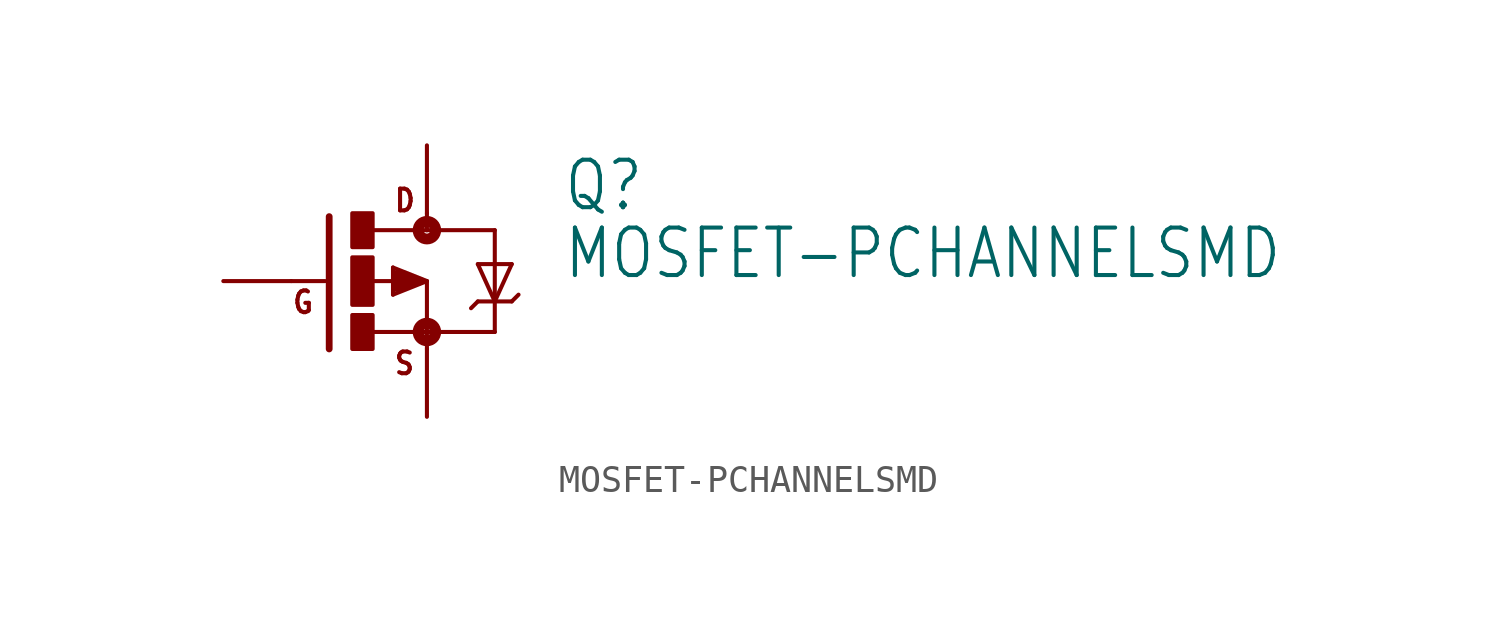
<source format=kicad_sym>
(kicad_symbol_lib
  (version 20211014)
  (generator kicad_symbol_editor)
  (symbol "MOSFET-PCHANNELSMD"
    (property "Reference" "Q"
      (at 5.08 2.54 0)
      (effects (font (size 1.778 1.511)) (justify left bottom)))
    (property "Value" "MOSFET-PCHANNELSMD"
      (at 5.08 0 0)
      (effects (font (size 1.778 1.511)) (justify left bottom)))
    (property "ki_locked" ""
      (at 0 0 0)
      (effects (font (size 1.27 1.27))))
    (symbol "MOSFET-PCHANNELSMD_1_0"
      (rectangle (start -2.794 -2.54) (end -2.032 -1.27) (stroke (width 0) (type default) (color 0 0 0 0)) (fill (type outline)))
      (rectangle (start -2.794 -0.889) (end -2.032 0.889) (stroke (width 0) (type default) (color 0 0 0 0)) (fill (type outline)))
      (rectangle (start -2.794 1.27) (end -2.032 2.54) (stroke (width 0) (type default) (color 0 0 0 0)) (fill (type outline)))
      (circle (center 0 -1.905) (radius 0.127) (stroke (width 0.406) (type default) (color 0 0 0 0)) (fill (type none)))
      (polyline (pts (xy -3.81 0) (xy -5.08 0)) (stroke (width 0.152) (type default) (color 0 0 0 0)) (fill (type none)))
      (polyline (pts (xy -3.658 2.413) (xy -3.658 -2.54)) (stroke (width 0.254) (type default) (color 0 0 0 0)) (fill (type none)))
      (polyline (pts (xy -2.032 -1.905) (xy 0 -1.905)) (stroke (width 0.152) (type default) (color 0 0 0 0)) (fill (type none)))
      (polyline (pts (xy -1.27 -0.508) (xy 0 0)) (stroke (width 0.152) (type default) (color 0 0 0 0)) (fill (type none)))
      (polyline (pts (xy -1.27 0.508) (xy -1.27 -0.508)) (stroke (width 0.152) (type default) (color 0 0 0 0)) (fill (type none)))
      (polyline (pts (xy -1.143 -0.254) (xy -0.254 0)) (stroke (width 0.305) (type default) (color 0 0 0 0)) (fill (type none)))
      (polyline (pts (xy -1.143 0) (xy -2.032 0)) (stroke (width 0.152) (type default) (color 0 0 0 0)) (fill (type none)))
      (polyline (pts (xy -1.143 0) (xy -0.889 0)) (stroke (width 0.305) (type default) (color 0 0 0 0)) (fill (type none)))
      (polyline (pts (xy -1.143 0.254) (xy -1.143 0)) (stroke (width 0.305) (type default) (color 0 0 0 0)) (fill (type none)))
      (polyline (pts (xy -0.254 0) (xy -1.143 0.254)) (stroke (width 0.305) (type default) (color 0 0 0 0)) (fill (type none)))
      (polyline (pts (xy 0 -1.905) (xy 0 -2.54)) (stroke (width 0.152) (type default) (color 0 0 0 0)) (fill (type none)))
      (polyline (pts (xy 0 0) (xy -1.27 0.508)) (stroke (width 0.152) (type default) (color 0 0 0 0)) (fill (type none)))
      (polyline (pts (xy 0 0) (xy 0 -1.905)) (stroke (width 0.152) (type default) (color 0 0 0 0)) (fill (type none)))
      (polyline (pts (xy 0 1.905) (xy -2.007 1.905)) (stroke (width 0.152) (type default) (color 0 0 0 0)) (fill (type none)))
      (polyline (pts (xy 0 1.905) (xy 2.54 1.905)) (stroke (width 0.152) (type default) (color 0 0 0 0)) (fill (type none)))
      (polyline (pts (xy 0 2.54) (xy 0 1.905)) (stroke (width 0.152) (type default) (color 0 0 0 0)) (fill (type none)))
      (polyline (pts (xy 1.905 -0.762) (xy 1.651 -1.016)) (stroke (width 0.152) (type default) (color 0 0 0 0)) (fill (type none)))
      (polyline (pts (xy 1.905 0.635) (xy 2.54 -0.762)) (stroke (width 0.152) (type default) (color 0 0 0 0)) (fill (type none)))
      (polyline (pts (xy 2.54 -1.905) (xy 0 -1.905)) (stroke (width 0.152) (type default) (color 0 0 0 0)) (fill (type none)))
      (polyline (pts (xy 2.54 -1.905) (xy 2.54 -0.762)) (stroke (width 0.152) (type default) (color 0 0 0 0)) (fill (type none)))
      (polyline (pts (xy 2.54 -0.762) (xy 1.905 -0.762)) (stroke (width 0.152) (type default) (color 0 0 0 0)) (fill (type none)))
      (polyline (pts (xy 2.54 -0.762) (xy 2.54 1.905)) (stroke (width 0.152) (type default) (color 0 0 0 0)) (fill (type none)))
      (polyline (pts (xy 2.54 -0.762) (xy 3.175 0.635)) (stroke (width 0.152) (type default) (color 0 0 0 0)) (fill (type none)))
      (polyline (pts (xy 3.175 -0.762) (xy 2.54 -0.762)) (stroke (width 0.152) (type default) (color 0 0 0 0)) (fill (type none)))
      (polyline (pts (xy 3.175 -0.762) (xy 3.429 -0.508)) (stroke (width 0.152) (type default) (color 0 0 0 0)) (fill (type none)))
      (polyline (pts (xy 3.175 0.635) (xy 1.905 0.635)) (stroke (width 0.152) (type default) (color 0 0 0 0)) (fill (type none)))
      (circle (center 0 1.905) (radius 0.127) (stroke (width 0.406) (type default) (color 0 0 0 0)) (fill (type none)))
      (text "D" (at -1.27 2.54 0) (effects (font (size 0.813 0.691)) (justify left bottom)))
      (text "G" (at -5.08 -1.27 0) (effects (font (size 0.813 0.691)) (justify left bottom)))
      (text "S" (at -1.27 -3.556 0) (effects (font (size 0.813 0.691)) (justify left bottom)))
      (pin passive line (at -7.62 0 0) (length 2.54) (name "G" (effects (font (size 0 0)))) (number "1" (effects (font (size 0 0)))))
      (pin passive line (at 0 -5.08 90) (length 2.54) (name "S" (effects (font (size 0 0)))) (number "2" (effects (font (size 0 0)))))
      (pin passive line (at 0 5.08 270) (length 2.54) (name "D" (effects (font (size 0 0)))) (number "3" (effects (font (size 0 0))))))))
</source>
